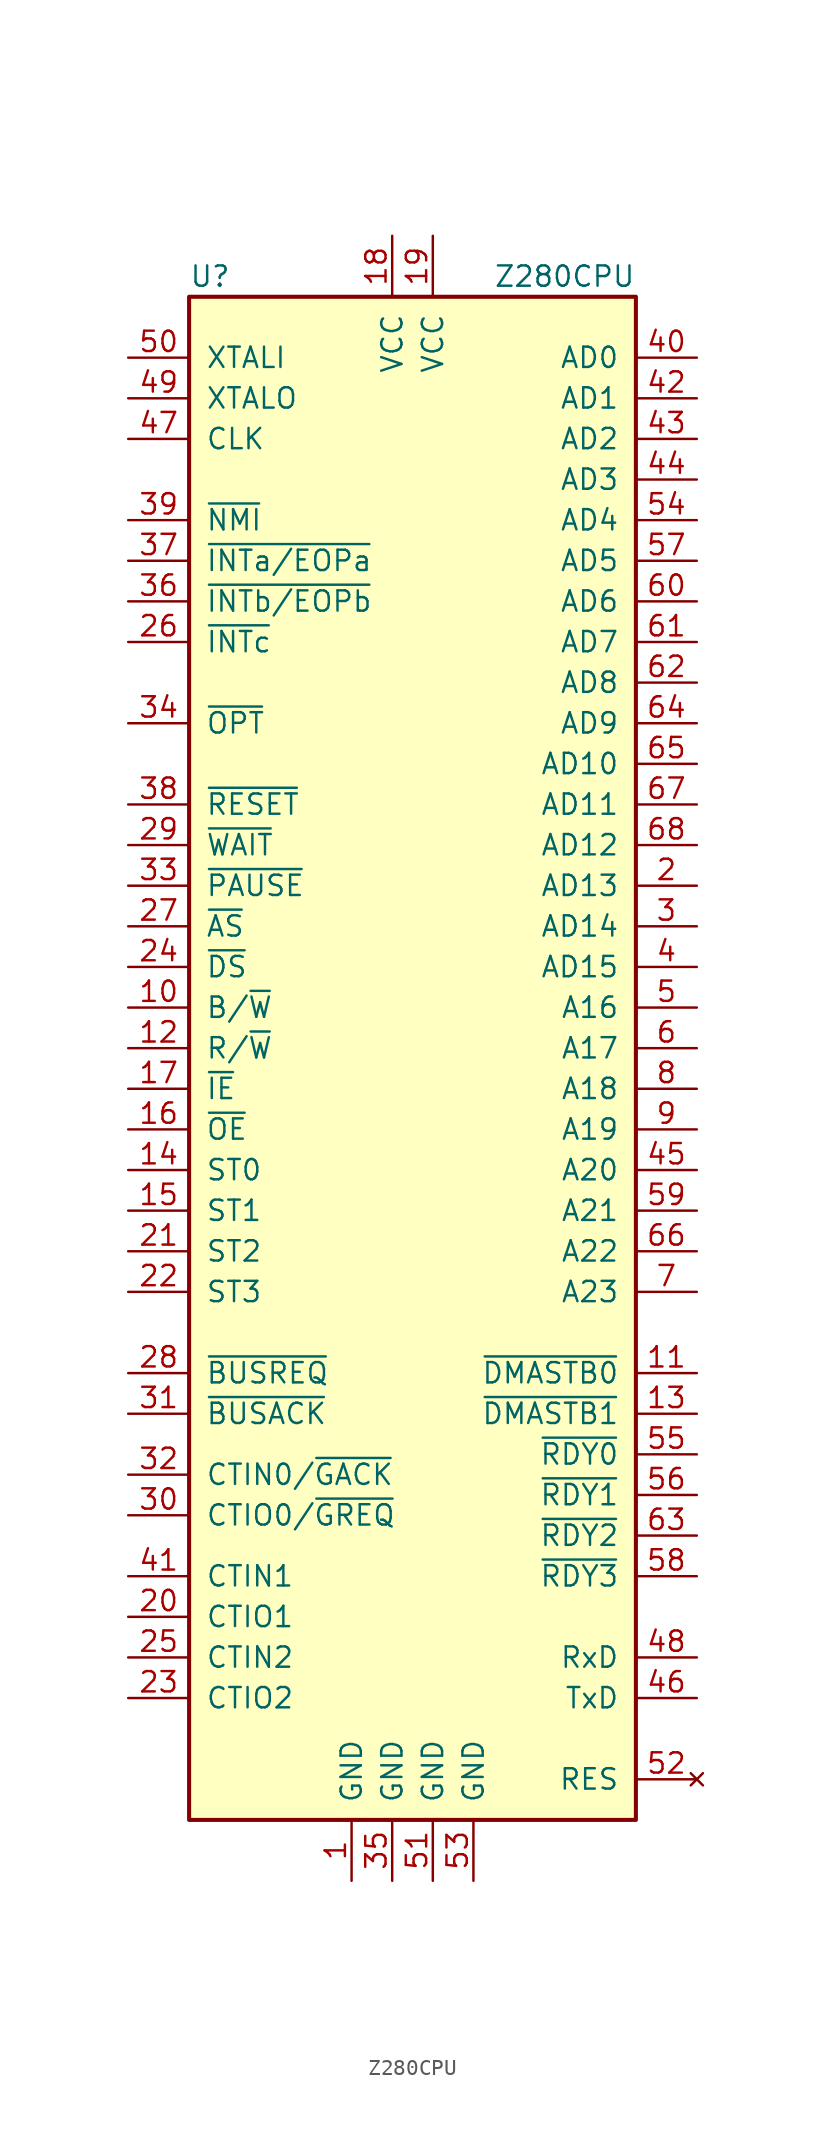
<source format=kicad_sym>
(kicad_symbol_lib
  (version 20220914)
  (generator kicad_symbol_editor)
  (symbol "Z280CPU"
    (pin_names
      (offset 1.016))
    (property "Reference" "U"
      (at -13.97 48.26 0)
      (effects (font (size 1.27 1.27)) (justify left)))
    (property "Value" "Z280CPU"
      (at 13.97 48.26 0)
      (effects (font (size 1.27 1.27)) (justify right)))
    (symbol "Z280CPU_0_1"
      (rectangle (start -13.97 46.99) (end 13.97 -48.26) (stroke (width 0.254) (type default)) (fill (type background))))
    (symbol "Z280CPU_1_1"
      (pin power_in line (at -3.81 -52.07 90) (length 3.81) (name "GND" (effects (font (size 1.27 1.27)))) (number "1" (effects (font (size 1.27 1.27)))))
      (pin output line (at -17.78 2.54 0) (length 3.81) (name "B/~{W}" (effects (font (size 1.27 1.27)))) (number "10" (effects (font (size 1.27 1.27)))))
      (pin output line (at 17.78 -20.32 180) (length 3.81) (name "~{DMASTB0}" (effects (font (size 1.27 1.27)))) (number "11" (effects (font (size 1.27 1.27)))))
      (pin output line (at -17.78 0 0) (length 3.81) (name "R/~{W}" (effects (font (size 1.27 1.27)))) (number "12" (effects (font (size 1.27 1.27)))))
      (pin output line (at 17.78 -22.86 180) (length 3.81) (name "~{DMASTB1}" (effects (font (size 1.27 1.27)))) (number "13" (effects (font (size 1.27 1.27)))))
      (pin output line (at -17.78 -7.62 0) (length 3.81) (name "ST0" (effects (font (size 1.27 1.27)))) (number "14" (effects (font (size 1.27 1.27)))))
      (pin output line (at -17.78 -10.16 0) (length 3.81) (name "ST1" (effects (font (size 1.27 1.27)))) (number "15" (effects (font (size 1.27 1.27)))))
      (pin output line (at -17.78 -5.08 0) (length 3.81) (name "~{OE}" (effects (font (size 1.27 1.27)))) (number "16" (effects (font (size 1.27 1.27)))))
      (pin output line (at -17.78 -2.54 0) (length 3.81) (name "~{IE}" (effects (font (size 1.27 1.27)))) (number "17" (effects (font (size 1.27 1.27)))))
      (pin power_in line (at -1.27 50.8 270) (length 3.81) (name "VCC" (effects (font (size 1.27 1.27)))) (number "18" (effects (font (size 1.27 1.27)))))
      (pin power_in line (at 1.27 50.8 270) (length 3.81) (name "VCC" (effects (font (size 1.27 1.27)))) (number "19" (effects (font (size 1.27 1.27)))))
      (pin bidirectional line (at 17.78 10.16 180) (length 3.81) (name "AD13" (effects (font (size 1.27 1.27)))) (number "2" (effects (font (size 1.27 1.27)))))
      (pin bidirectional line (at -17.78 -35.56 0) (length 3.81) (name "CTIO1" (effects (font (size 1.27 1.27)))) (number "20" (effects (font (size 1.27 1.27)))))
      (pin output line (at -17.78 -12.7 0) (length 3.81) (name "ST2" (effects (font (size 1.27 1.27)))) (number "21" (effects (font (size 1.27 1.27)))))
      (pin output line (at -17.78 -15.24 0) (length 3.81) (name "ST3" (effects (font (size 1.27 1.27)))) (number "22" (effects (font (size 1.27 1.27)))))
      (pin bidirectional line (at -17.78 -40.64 0) (length 3.81) (name "CTIO2" (effects (font (size 1.27 1.27)))) (number "23" (effects (font (size 1.27 1.27)))))
      (pin output line (at -17.78 5.08 0) (length 3.81) (name "~{DS}" (effects (font (size 1.27 1.27)))) (number "24" (effects (font (size 1.27 1.27)))))
      (pin input line (at -17.78 -38.1 0) (length 3.81) (name "CTIN2" (effects (font (size 1.27 1.27)))) (number "25" (effects (font (size 1.27 1.27)))))
      (pin input line (at -17.78 25.4 0) (length 3.81) (name "~{INTc}" (effects (font (size 1.27 1.27)))) (number "26" (effects (font (size 1.27 1.27)))))
      (pin output line (at -17.78 7.62 0) (length 3.81) (name "~{AS}" (effects (font (size 1.27 1.27)))) (number "27" (effects (font (size 1.27 1.27)))))
      (pin input line (at -17.78 -20.32 0) (length 3.81) (name "~{BUSREQ}" (effects (font (size 1.27 1.27)))) (number "28" (effects (font (size 1.27 1.27)))))
      (pin input line (at -17.78 12.7 0) (length 3.81) (name "~{WAIT}" (effects (font (size 1.27 1.27)))) (number "29" (effects (font (size 1.27 1.27)))))
      (pin bidirectional line (at 17.78 7.62 180) (length 3.81) (name "AD14" (effects (font (size 1.27 1.27)))) (number "3" (effects (font (size 1.27 1.27)))))
      (pin bidirectional line (at -17.78 -29.21 0) (length 3.81) (name "CTIO0/~{GREQ}" (effects (font (size 1.27 1.27)))) (number "30" (effects (font (size 1.27 1.27)))))
      (pin output line (at -17.78 -22.86 0) (length 3.81) (name "~{BUSACK}" (effects (font (size 1.27 1.27)))) (number "31" (effects (font (size 1.27 1.27)))))
      (pin input line (at -17.78 -26.67 0) (length 3.81) (name "CTIN0/~{GACK}" (effects (font (size 1.27 1.27)))) (number "32" (effects (font (size 1.27 1.27)))))
      (pin input line (at -17.78 10.16 0) (length 3.81) (name "~{PAUSE}" (effects (font (size 1.27 1.27)))) (number "33" (effects (font (size 1.27 1.27)))))
      (pin input line (at -17.78 20.32 0) (length 3.81) (name "~{OPT}" (effects (font (size 1.27 1.27)))) (number "34" (effects (font (size 1.27 1.27)))))
      (pin power_in line (at -1.27 -52.07 90) (length 3.81) (name "GND" (effects (font (size 1.27 1.27)))) (number "35" (effects (font (size 1.27 1.27)))))
      (pin input line (at -17.78 27.94 0) (length 3.81) (name "~{INTb/EOPb}" (effects (font (size 1.27 1.27)))) (number "36" (effects (font (size 1.27 1.27)))))
      (pin input line (at -17.78 30.48 0) (length 3.81) (name "~{INTa/EOPa}" (effects (font (size 1.27 1.27)))) (number "37" (effects (font (size 1.27 1.27)))))
      (pin input line (at -17.78 15.24 0) (length 3.81) (name "~{RESET}" (effects (font (size 1.27 1.27)))) (number "38" (effects (font (size 1.27 1.27)))))
      (pin input line (at -17.78 33.02 0) (length 3.81) (name "~{NMI}" (effects (font (size 1.27 1.27)))) (number "39" (effects (font (size 1.27 1.27)))))
      (pin bidirectional line (at 17.78 5.08 180) (length 3.81) (name "AD15" (effects (font (size 1.27 1.27)))) (number "4" (effects (font (size 1.27 1.27)))))
      (pin bidirectional line (at 17.78 43.18 180) (length 3.81) (name "AD0" (effects (font (size 1.27 1.27)))) (number "40" (effects (font (size 1.27 1.27)))))
      (pin input line (at -17.78 -33.02 0) (length 3.81) (name "CTIN1" (effects (font (size 1.27 1.27)))) (number "41" (effects (font (size 1.27 1.27)))))
      (pin bidirectional line (at 17.78 40.64 180) (length 3.81) (name "AD1" (effects (font (size 1.27 1.27)))) (number "42" (effects (font (size 1.27 1.27)))))
      (pin bidirectional line (at 17.78 38.1 180) (length 3.81) (name "AD2" (effects (font (size 1.27 1.27)))) (number "43" (effects (font (size 1.27 1.27)))))
      (pin bidirectional line (at 17.78 35.56 180) (length 3.81) (name "AD3" (effects (font (size 1.27 1.27)))) (number "44" (effects (font (size 1.27 1.27)))))
      (pin output line (at 17.78 -7.62 180) (length 3.81) (name "A20" (effects (font (size 1.27 1.27)))) (number "45" (effects (font (size 1.27 1.27)))))
      (pin output line (at 17.78 -40.64 180) (length 3.81) (name "TxD" (effects (font (size 1.27 1.27)))) (number "46" (effects (font (size 1.27 1.27)))))
      (pin output line (at -17.78 38.1 0) (length 3.81) (name "CLK" (effects (font (size 1.27 1.27)))) (number "47" (effects (font (size 1.27 1.27)))))
      (pin input line (at 17.78 -38.1 180) (length 3.81) (name "RxD" (effects (font (size 1.27 1.27)))) (number "48" (effects (font (size 1.27 1.27)))))
      (pin output line (at -17.78 40.64 0) (length 3.81) (name "XTALO" (effects (font (size 1.27 1.27)))) (number "49" (effects (font (size 1.27 1.27)))))
      (pin output line (at 17.78 2.54 180) (length 3.81) (name "A16" (effects (font (size 1.27 1.27)))) (number "5" (effects (font (size 1.27 1.27)))))
      (pin input line (at -17.78 43.18 0) (length 3.81) (name "XTALI" (effects (font (size 1.27 1.27)))) (number "50" (effects (font (size 1.27 1.27)))))
      (pin power_in line (at 1.27 -52.07 90) (length 3.81) (name "GND" (effects (font (size 1.27 1.27)))) (number "51" (effects (font (size 1.27 1.27)))))
      (pin no_connect line (at 17.78 -45.72 180) (length 3.81) (name "RES" (effects (font (size 1.27 1.27)))) (number "52" (effects (font (size 1.27 1.27)))))
      (pin power_in line (at 3.81 -52.07 90) (length 3.81) (name "GND" (effects (font (size 1.27 1.27)))) (number "53" (effects (font (size 1.27 1.27)))))
      (pin bidirectional line (at 17.78 33.02 180) (length 3.81) (name "AD4" (effects (font (size 1.27 1.27)))) (number "54" (effects (font (size 1.27 1.27)))))
      (pin input line (at 17.78 -25.4 180) (length 3.81) (name "~{RDY0}" (effects (font (size 1.27 1.27)))) (number "55" (effects (font (size 1.27 1.27)))))
      (pin input line (at 17.78 -27.94 180) (length 3.81) (name "~{RDY1}" (effects (font (size 1.27 1.27)))) (number "56" (effects (font (size 1.27 1.27)))))
      (pin bidirectional line (at 17.78 30.48 180) (length 3.81) (name "AD5" (effects (font (size 1.27 1.27)))) (number "57" (effects (font (size 1.27 1.27)))))
      (pin input line (at 17.78 -33.02 180) (length 3.81) (name "~{RDY3}" (effects (font (size 1.27 1.27)))) (number "58" (effects (font (size 1.27 1.27)))))
      (pin output line (at 17.78 -10.16 180) (length 3.81) (name "A21" (effects (font (size 1.27 1.27)))) (number "59" (effects (font (size 1.27 1.27)))))
      (pin output line (at 17.78 0 180) (length 3.81) (name "A17" (effects (font (size 1.27 1.27)))) (number "6" (effects (font (size 1.27 1.27)))))
      (pin bidirectional line (at 17.78 27.94 180) (length 3.81) (name "AD6" (effects (font (size 1.27 1.27)))) (number "60" (effects (font (size 1.27 1.27)))))
      (pin bidirectional line (at 17.78 25.4 180) (length 3.81) (name "AD7" (effects (font (size 1.27 1.27)))) (number "61" (effects (font (size 1.27 1.27)))))
      (pin bidirectional line (at 17.78 22.86 180) (length 3.81) (name "AD8" (effects (font (size 1.27 1.27)))) (number "62" (effects (font (size 1.27 1.27)))))
      (pin input line (at 17.78 -30.48 180) (length 3.81) (name "~{RDY2}" (effects (font (size 1.27 1.27)))) (number "63" (effects (font (size 1.27 1.27)))))
      (pin bidirectional line (at 17.78 20.32 180) (length 3.81) (name "AD9" (effects (font (size 1.27 1.27)))) (number "64" (effects (font (size 1.27 1.27)))))
      (pin bidirectional line (at 17.78 17.78 180) (length 3.81) (name "AD10" (effects (font (size 1.27 1.27)))) (number "65" (effects (font (size 1.27 1.27)))))
      (pin output line (at 17.78 -12.7 180) (length 3.81) (name "A22" (effects (font (size 1.27 1.27)))) (number "66" (effects (font (size 1.27 1.27)))))
      (pin bidirectional line (at 17.78 15.24 180) (length 3.81) (name "AD11" (effects (font (size 1.27 1.27)))) (number "67" (effects (font (size 1.27 1.27)))))
      (pin bidirectional line (at 17.78 12.7 180) (length 3.81) (name "AD12" (effects (font (size 1.27 1.27)))) (number "68" (effects (font (size 1.27 1.27)))))
      (pin output line (at 17.78 -15.24 180) (length 3.81) (name "A23" (effects (font (size 1.27 1.27)))) (number "7" (effects (font (size 1.27 1.27)))))
      (pin output line (at 17.78 -2.54 180) (length 3.81) (name "A18" (effects (font (size 1.27 1.27)))) (number "8" (effects (font (size 1.27 1.27)))))
      (pin output line (at 17.78 -5.08 180) (length 3.81) (name "A19" (effects (font (size 1.27 1.27)))) (number "9" (effects (font (size 1.27 1.27))))))))
</source>
